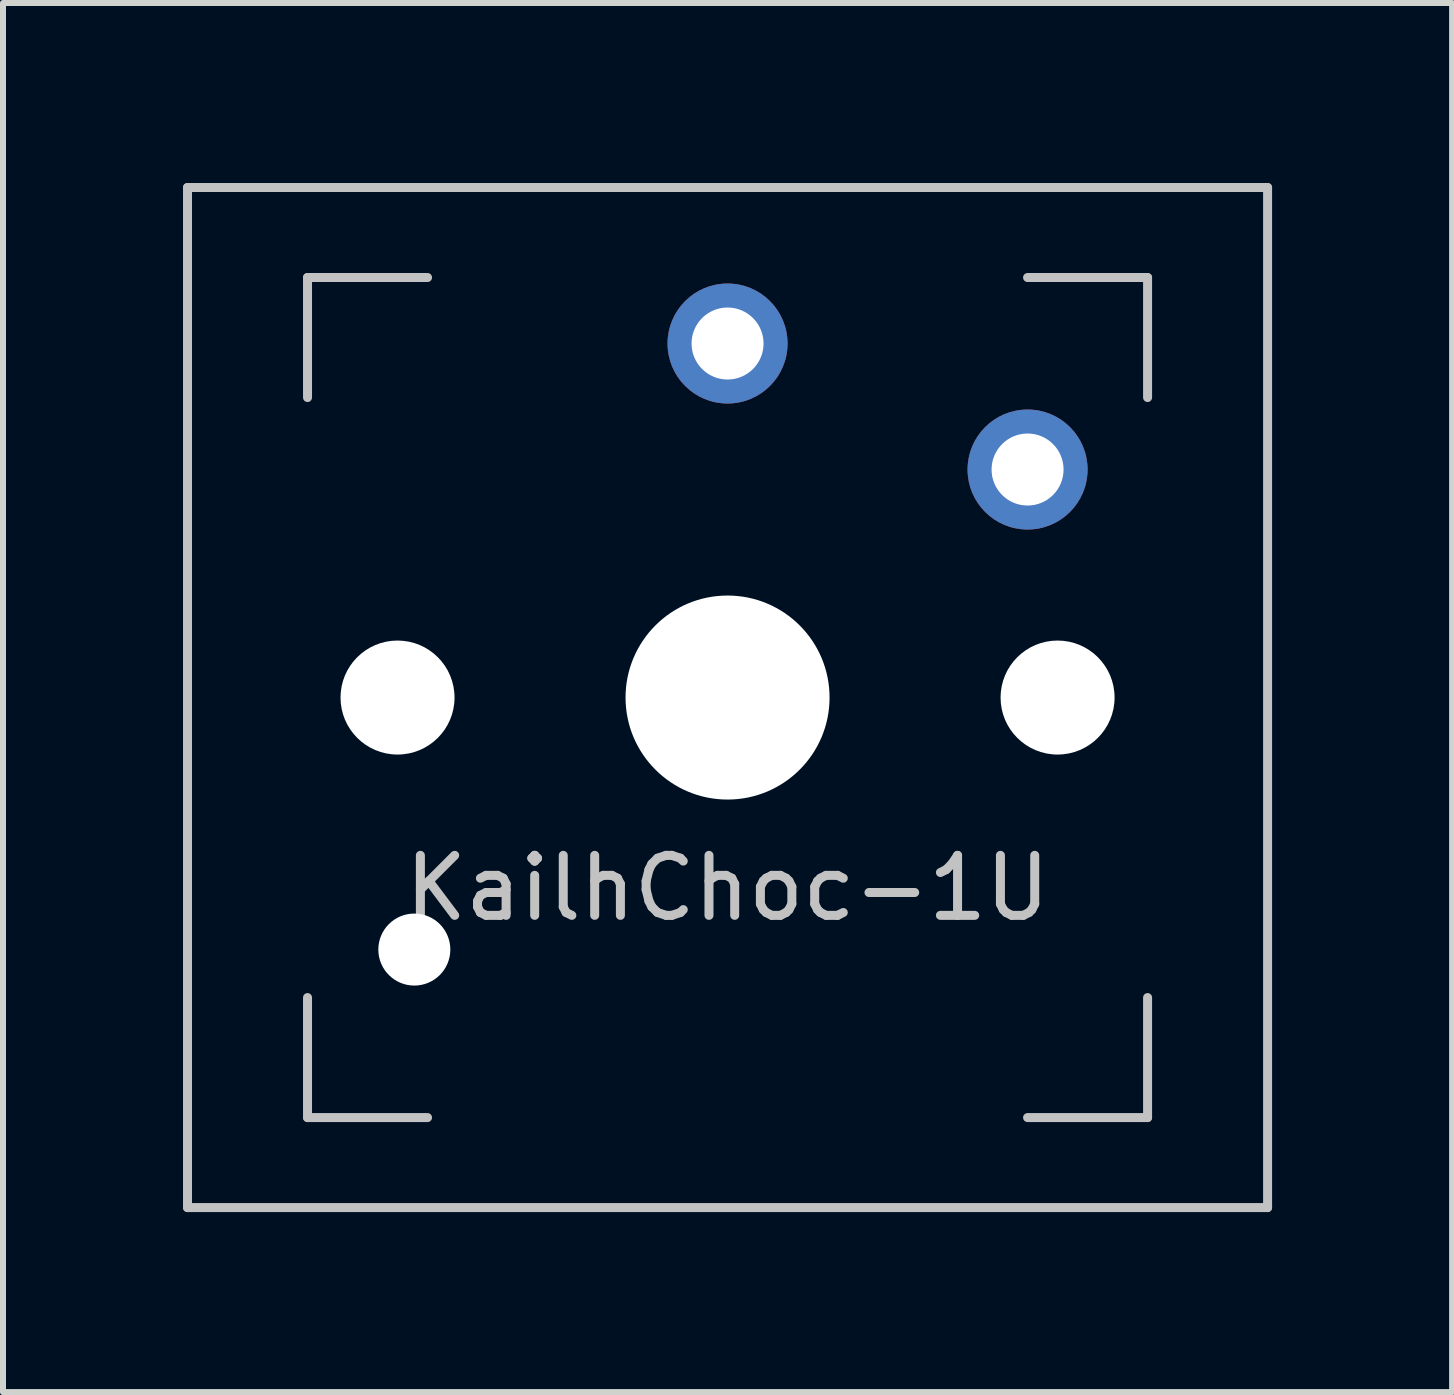
<source format=kicad_pcb>
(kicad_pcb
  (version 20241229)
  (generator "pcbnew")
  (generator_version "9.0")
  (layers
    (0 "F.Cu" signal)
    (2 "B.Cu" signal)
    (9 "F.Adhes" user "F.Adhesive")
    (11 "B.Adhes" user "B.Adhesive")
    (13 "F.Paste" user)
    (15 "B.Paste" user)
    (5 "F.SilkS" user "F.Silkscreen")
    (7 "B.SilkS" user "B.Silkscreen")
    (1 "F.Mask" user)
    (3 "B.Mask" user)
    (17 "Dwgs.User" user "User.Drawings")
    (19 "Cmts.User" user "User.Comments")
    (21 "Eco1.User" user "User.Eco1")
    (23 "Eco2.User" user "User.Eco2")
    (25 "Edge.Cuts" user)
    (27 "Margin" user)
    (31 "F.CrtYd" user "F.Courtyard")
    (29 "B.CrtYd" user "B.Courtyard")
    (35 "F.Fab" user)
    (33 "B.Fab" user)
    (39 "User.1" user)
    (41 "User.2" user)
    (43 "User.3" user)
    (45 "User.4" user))
  (footprint "KailhChoc-1U"
    (layer "F.Cu")
    (at 9.075 8.575)
    (property "Reference" "KailhChoc-1U" (at 0 3.175 0) (layer "Dwgs.User") (effects (font (size 1 1) (thickness 0.15))))
    (attr through_hole)
    (fp_line (start -9 -8.5) (end 9 -8.5) (stroke (width 0.15) (type solid)) (layer "Dwgs.User"))
    (fp_line (start -9 8.5) (end -9 -8.5) (stroke (width 0.15) (type solid)) (layer "Dwgs.User"))
    (fp_line (start -7 -7) (end -7 -5) (stroke (width 0.15) (type solid)) (layer "Dwgs.User"))
    (fp_line (start -7 5) (end -7 7) (stroke (width 0.15) (type solid)) (layer "Dwgs.User"))
    (fp_line (start -7 7) (end -5 7) (stroke (width 0.15) (type solid)) (layer "Dwgs.User"))
    (fp_line (start -5 -7) (end -7 -7) (stroke (width 0.15) (type solid)) (layer "Dwgs.User"))
    (fp_line (start 5 -7) (end 7 -7) (stroke (width 0.15) (type solid)) (layer "Dwgs.User"))
    (fp_line (start 5 7) (end 7 7) (stroke (width 0.15) (type solid)) (layer "Dwgs.User"))
    (fp_line (start 7 -7) (end 7 -5) (stroke (width 0.15) (type solid)) (layer "Dwgs.User"))
    (fp_line (start 7 7) (end 7 5) (stroke (width 0.15) (type solid)) (layer "Dwgs.User"))
    (fp_line (start 9 -8.5) (end 9 8.5) (stroke (width 0.15) (type solid)) (layer "Dwgs.User"))
    (fp_line (start 9 8.5) (end -9 8.5) (stroke (width 0.15) (type solid)) (layer "Dwgs.User"))
    (pad "" np_thru_hole circle (at -5.5 0 48.1) (size 1.9 1.9) (drill 1.9) (layers "*.Cu" "*.Mask"))
    (pad "" np_thru_hole circle (at -5.22 4.2) (size 1.2 1.2) (drill 1.2) (layers "*.Cu" "*.Mask"))
    (pad "" np_thru_hole circle (at 0 0) (size 3.4 3.4) (drill 3.4) (layers "*.Cu" "*.Mask"))
    (pad "" np_thru_hole circle (at 5.5 0 48.1) (size 1.9 1.9) (drill 1.9) (layers "*.Cu" "*.Mask"))
    (pad "1" thru_hole circle (at 5 -3.8) (size 2 2) (drill 1.2) (layers "*.Cu" "B.Mask"))
    (pad "2" thru_hole circle (at 0 -5.9) (size 2 2) (drill 1.2) (layers "*.Cu" "B.Mask")))
  (gr_rect
    (start -3 -3)
    (end 21.15 20.15)
    (stroke (width 0.1) (type default))
    (fill no)
    (layer "Edge.Cuts")))
</source>
